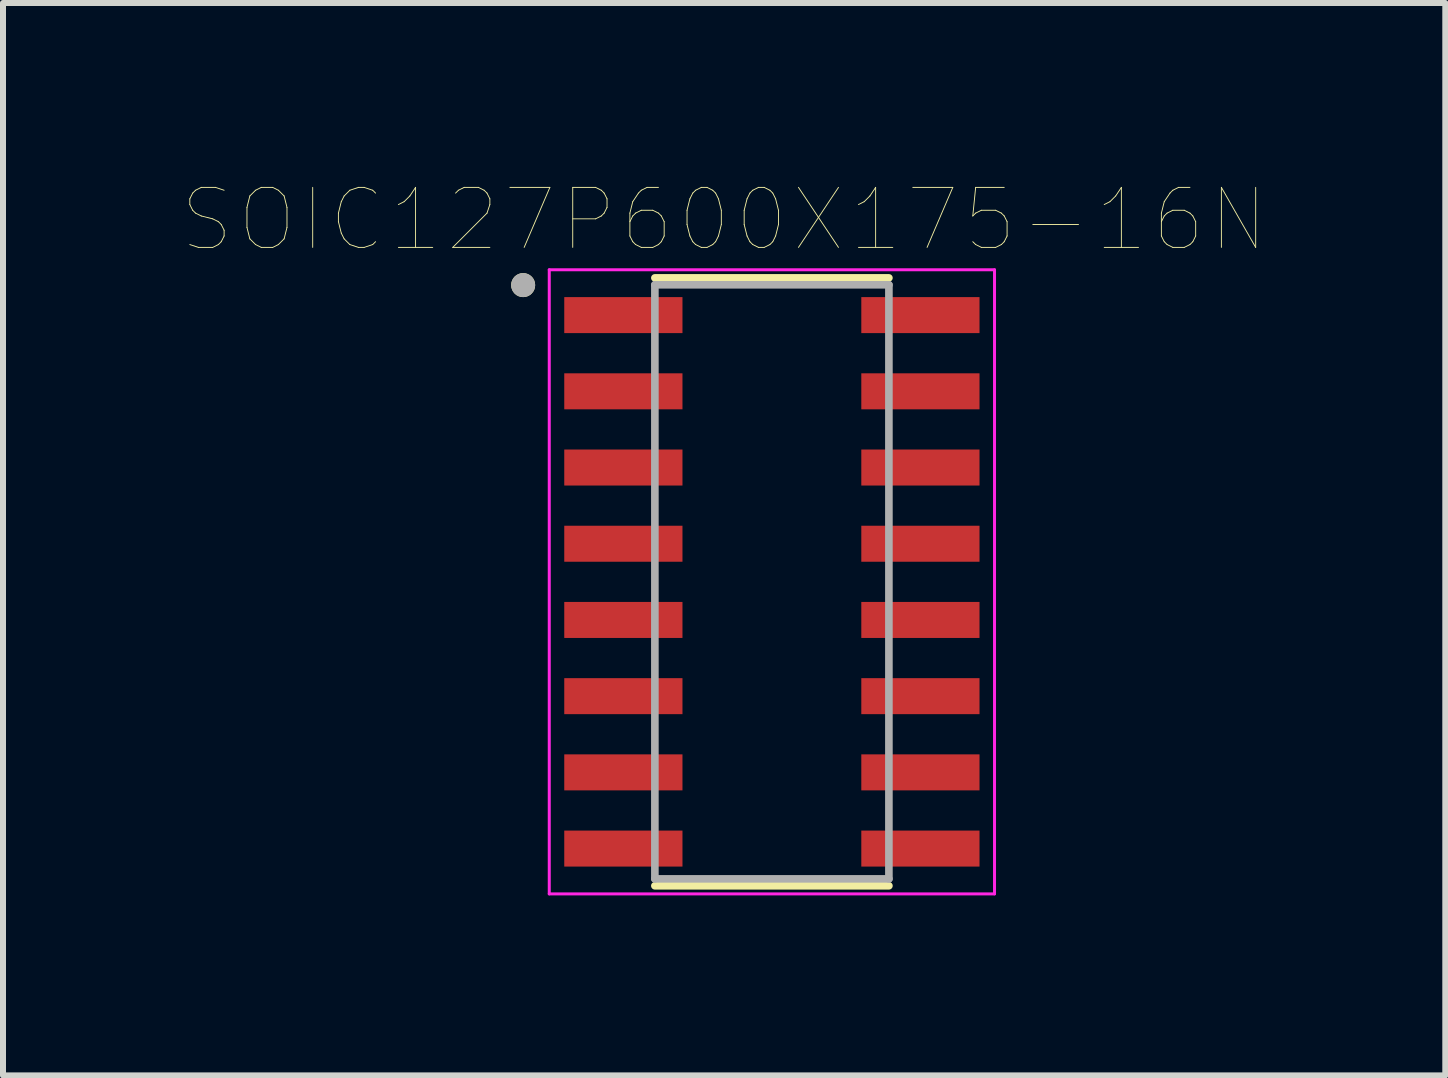
<source format=kicad_pcb>
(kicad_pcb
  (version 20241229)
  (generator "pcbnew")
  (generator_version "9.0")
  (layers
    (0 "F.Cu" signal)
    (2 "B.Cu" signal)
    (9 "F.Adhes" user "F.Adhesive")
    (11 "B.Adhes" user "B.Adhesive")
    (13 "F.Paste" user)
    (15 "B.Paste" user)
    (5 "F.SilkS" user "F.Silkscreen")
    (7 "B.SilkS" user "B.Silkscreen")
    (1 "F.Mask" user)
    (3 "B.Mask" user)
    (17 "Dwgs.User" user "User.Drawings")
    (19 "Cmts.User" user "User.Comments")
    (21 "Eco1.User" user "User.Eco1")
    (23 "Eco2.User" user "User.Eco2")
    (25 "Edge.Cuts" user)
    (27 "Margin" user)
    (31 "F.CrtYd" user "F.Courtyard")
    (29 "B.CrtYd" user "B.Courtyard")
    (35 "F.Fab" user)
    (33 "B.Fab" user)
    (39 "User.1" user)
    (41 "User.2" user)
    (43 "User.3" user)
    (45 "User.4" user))
  (footprint "SOIC127P600X175-16N"
    (layer "F.Cu")
    (at 9.813 6.646)
    (property "Reference" "SOIC127P600X175-16N" (at -0.795 -6.035 0) (layer "F.SilkS") (effects (font (size 1 1) (thickness 0.015))))
    (attr through_hole)
    (fp_line (start -1.95 -5.065) (end 1.95 -5.065) (stroke (width 0.127) (type solid)) (layer "F.SilkS"))
    (fp_line (start -1.95 5.065) (end 1.95 5.065) (stroke (width 0.127) (type solid)) (layer "F.SilkS"))
    (fp_circle (center -4.145 -4.945) (end -4.045 -4.945) (stroke (width 0.2) (type solid)) (fill no) (layer "F.SilkS"))
    (fp_line (start -3.71 -5.2) (end -3.71 5.2) (stroke (width 0.05) (type solid)) (layer "F.CrtYd"))
    (fp_line (start -3.71 -5.2) (end 3.71 -5.2) (stroke (width 0.05) (type solid)) (layer "F.CrtYd"))
    (fp_line (start -3.71 5.2) (end 3.71 5.2) (stroke (width 0.05) (type solid)) (layer "F.CrtYd"))
    (fp_line (start 3.71 -5.2) (end 3.71 5.2) (stroke (width 0.05) (type solid)) (layer "F.CrtYd"))
    (fp_line (start -1.95 -4.95) (end -1.95 4.95) (stroke (width 0.127) (type solid)) (layer "F.Fab"))
    (fp_line (start -1.95 -4.95) (end 1.95 -4.95) (stroke (width 0.127) (type solid)) (layer "F.Fab"))
    (fp_line (start -1.95 4.95) (end 1.95 4.95) (stroke (width 0.127) (type solid)) (layer "F.Fab"))
    (fp_line (start 1.95 -4.95) (end 1.95 4.95) (stroke (width 0.127) (type solid)) (layer "F.Fab"))
    (fp_circle (center -4.145 -4.945) (end -4.045 -4.945) (stroke (width 0.2) (type solid)) (fill no) (layer "F.Fab"))
    (pad "1" smd rect (at -2.475 -4.445) (size 1.97 0.6) (layers "F.Cu" "F.Mask" "F.Paste"))
    (pad "2" smd rect (at -2.475 -3.175) (size 1.97 0.6) (layers "F.Cu" "F.Mask" "F.Paste"))
    (pad "3" smd rect (at -2.475 -1.905) (size 1.97 0.6) (layers "F.Cu" "F.Mask" "F.Paste"))
    (pad "4" smd rect (at -2.475 -0.635) (size 1.97 0.6) (layers "F.Cu" "F.Mask" "F.Paste"))
    (pad "5" smd rect (at -2.475 0.635) (size 1.97 0.6) (layers "F.Cu" "F.Mask" "F.Paste"))
    (pad "6" smd rect (at -2.475 1.905) (size 1.97 0.6) (layers "F.Cu" "F.Mask" "F.Paste"))
    (pad "7" smd rect (at -2.475 3.175) (size 1.97 0.6) (layers "F.Cu" "F.Mask" "F.Paste"))
    (pad "8" smd rect (at -2.475 4.445) (size 1.97 0.6) (layers "F.Cu" "F.Mask" "F.Paste"))
    (pad "9" smd rect (at 2.475 4.445) (size 1.97 0.6) (layers "F.Cu" "F.Mask" "F.Paste"))
    (pad "10" smd rect (at 2.475 3.175) (size 1.97 0.6) (layers "F.Cu" "F.Mask" "F.Paste"))
    (pad "11" smd rect (at 2.475 1.905) (size 1.97 0.6) (layers "F.Cu" "F.Mask" "F.Paste"))
    (pad "12" smd rect (at 2.475 0.635) (size 1.97 0.6) (layers "F.Cu" "F.Mask" "F.Paste"))
    (pad "13" smd rect (at 2.475 -0.635) (size 1.97 0.6) (layers "F.Cu" "F.Mask" "F.Paste"))
    (pad "14" smd rect (at 2.475 -1.905) (size 1.97 0.6) (layers "F.Cu" "F.Mask" "F.Paste"))
    (pad "15" smd rect (at 2.475 -3.175) (size 1.97 0.6) (layers "F.Cu" "F.Mask" "F.Paste"))
    (pad "16" smd rect (at 2.475 -4.445) (size 1.97 0.6) (layers "F.Cu" "F.Mask" "F.Paste")))
  (gr_rect
    (start -3 -3)
    (end 21.035 14.871)
    (stroke (width 0.1) (type default))
    (fill no)
    (layer "Edge.Cuts")))
</source>
